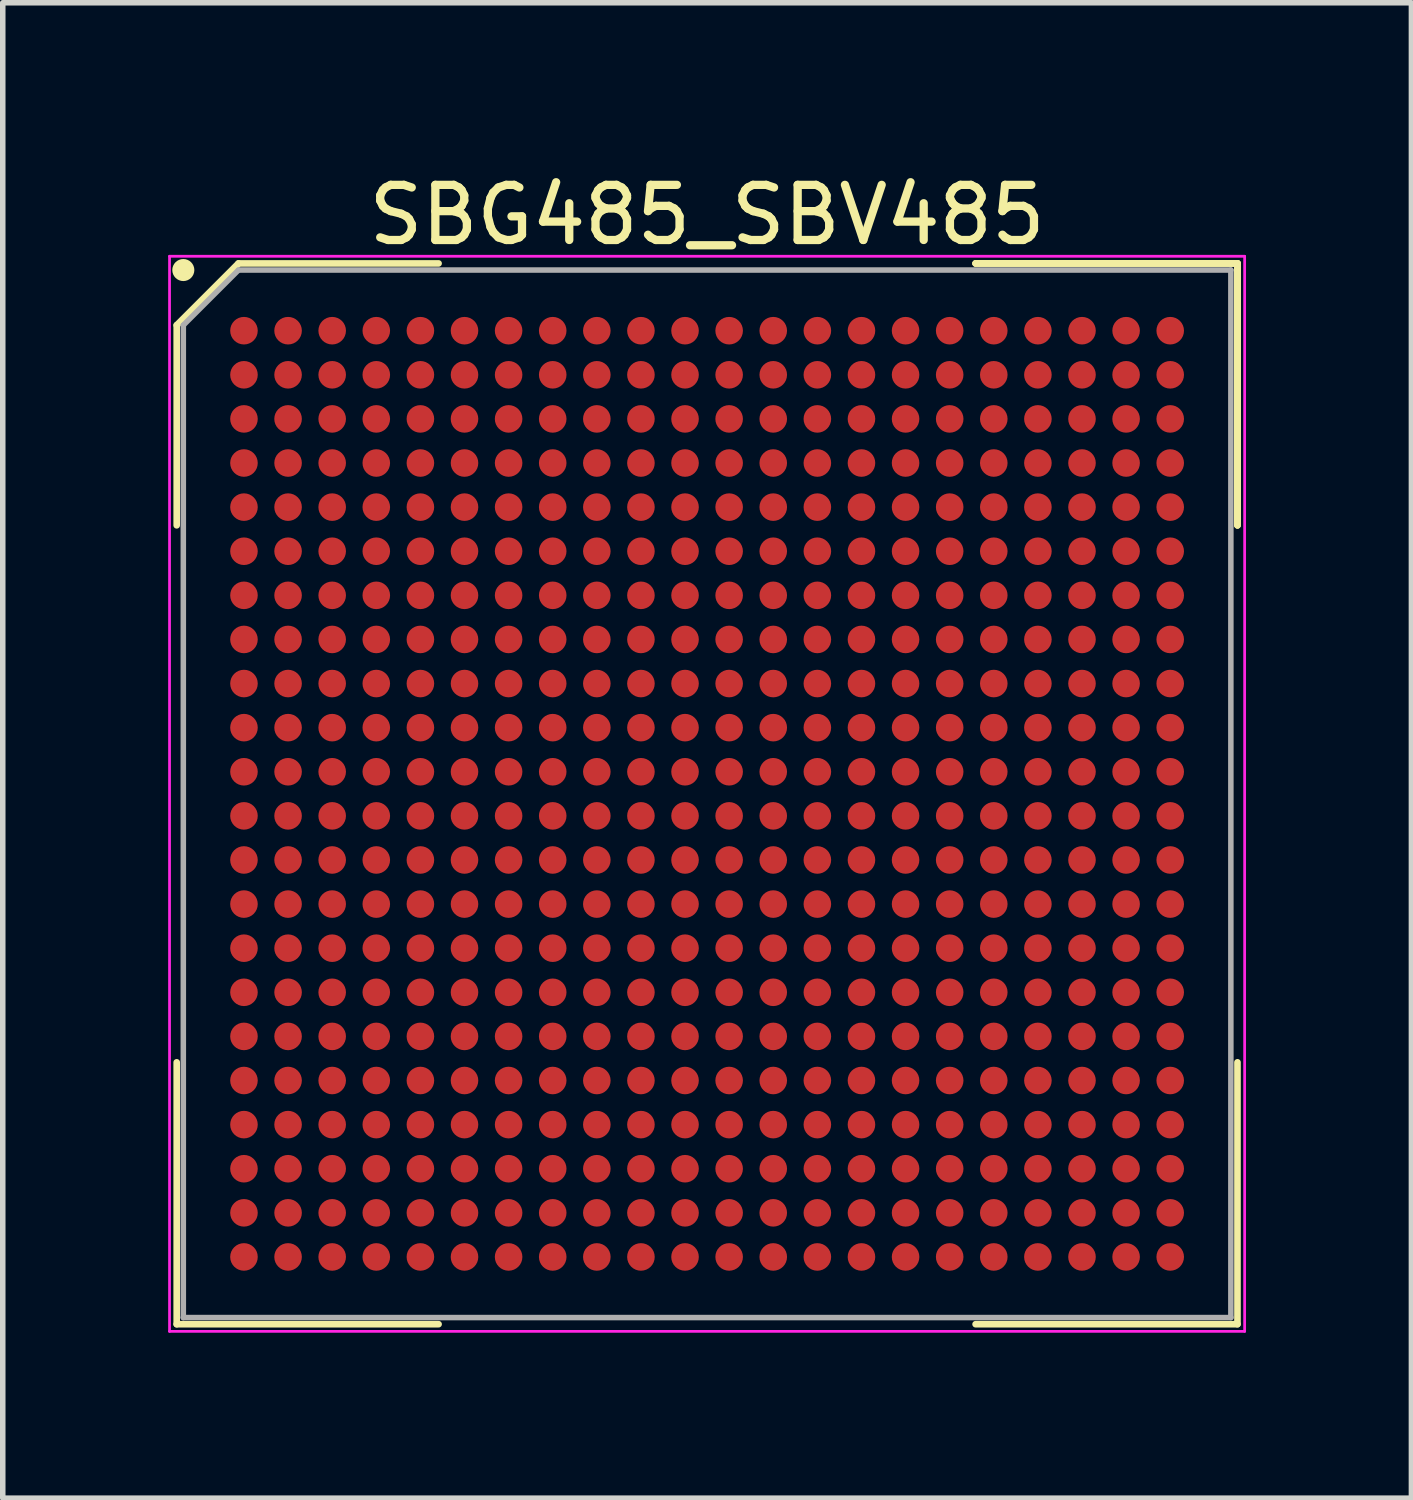
<source format=kicad_pcb>
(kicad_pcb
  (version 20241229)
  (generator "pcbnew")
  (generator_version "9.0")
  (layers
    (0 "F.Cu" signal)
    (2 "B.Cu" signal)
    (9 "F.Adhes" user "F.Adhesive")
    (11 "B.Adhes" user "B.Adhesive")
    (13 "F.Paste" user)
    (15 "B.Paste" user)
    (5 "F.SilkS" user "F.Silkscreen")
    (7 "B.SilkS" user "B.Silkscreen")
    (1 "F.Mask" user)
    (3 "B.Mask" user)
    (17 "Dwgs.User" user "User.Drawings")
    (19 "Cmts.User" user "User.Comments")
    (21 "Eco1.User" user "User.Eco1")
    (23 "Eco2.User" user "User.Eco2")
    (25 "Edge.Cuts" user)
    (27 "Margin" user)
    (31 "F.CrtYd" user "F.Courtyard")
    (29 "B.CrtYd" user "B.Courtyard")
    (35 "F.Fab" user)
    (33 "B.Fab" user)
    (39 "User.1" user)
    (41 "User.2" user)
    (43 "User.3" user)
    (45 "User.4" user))
  (footprint "SBG485_SBV485"
    (layer "F.Cu")
    (at 9.775 11.348)
    (property "Reference" "SBG485_SBV485" (at 0 -10.5 0) (layer "F.SilkS") (effects (font (size 1 1) (thickness 0.15))))
    (attr smd)
    (fp_line (start -9.62 -8.5) (end -9.62 -4.87) (stroke (width 0.12) (type solid)) (layer "F.SilkS"))
    (fp_line (start -9.62 9.62) (end -9.62 4.87) (stroke (width 0.12) (type solid)) (layer "F.SilkS"))
    (fp_line (start -8.5 -9.62) (end -9.62 -8.5) (stroke (width 0.12) (type solid)) (layer "F.SilkS"))
    (fp_line (start -4.87 -9.62) (end -8.5 -9.62) (stroke (width 0.12) (type solid)) (layer "F.SilkS"))
    (fp_line (start -4.87 9.62) (end -9.62 9.62) (stroke (width 0.12) (type solid)) (layer "F.SilkS"))
    (fp_line (start 4.87 -9.62) (end 9.62 -9.62) (stroke (width 0.12) (type solid)) (layer "F.SilkS"))
    (fp_line (start 4.87 -9.62) (end 9.62 -9.62) (stroke (width 0.12) (type solid)) (layer "F.SilkS"))
    (fp_line (start 4.87 -9.62) (end 9.62 -9.62) (stroke (width 0.12) (type solid)) (layer "F.SilkS"))
    (fp_line (start 4.87 9.62) (end 9.62 9.62) (stroke (width 0.12) (type solid)) (layer "F.SilkS"))
    (fp_line (start 9.62 -9.62) (end 9.62 -4.87) (stroke (width 0.12) (type solid)) (layer "F.SilkS"))
    (fp_line (start 9.62 -9.62) (end 9.62 -4.87) (stroke (width 0.12) (type solid)) (layer "F.SilkS"))
    (fp_line (start 9.62 -9.62) (end 9.62 -4.87) (stroke (width 0.12) (type solid)) (layer "F.SilkS"))
    (fp_line (start 9.62 9.62) (end 9.62 4.87) (stroke (width 0.12) (type solid)) (layer "F.SilkS"))
    (fp_circle (center -9.5 -9.5) (end -9.5 -9.4) (stroke (width 0.2) (type solid)) (fill no) (layer "F.SilkS"))
    (fp_line (start -9.75 -9.75) (end 9.75 -9.75) (stroke (width 0.05) (type solid)) (layer "F.CrtYd"))
    (fp_line (start -9.75 9.75) (end -9.75 -9.75) (stroke (width 0.05) (type solid)) (layer "F.CrtYd"))
    (fp_line (start 9.75 -9.75) (end 9.75 9.75) (stroke (width 0.05) (type solid)) (layer "F.CrtYd"))
    (fp_line (start 9.75 9.75) (end -9.75 9.75) (stroke (width 0.05) (type solid)) (layer "F.CrtYd"))
    (fp_line (start -9.5 -8.5) (end -9.5 9.5) (stroke (width 0.1) (type solid)) (layer "F.Fab"))
    (fp_line (start -9.5 9.5) (end 9.5 9.5) (stroke (width 0.1) (type solid)) (layer "F.Fab"))
    (fp_line (start -8.5 -9.5) (end -9.5 -8.5) (stroke (width 0.1) (type solid)) (layer "F.Fab"))
    (fp_line (start 9.5 -9.5) (end -8.5 -9.5) (stroke (width 0.1) (type solid)) (layer "F.Fab"))
    (fp_line (start 9.5 9.5) (end 9.5 -9.5) (stroke (width 0.1) (type solid)) (layer "F.Fab"))
    (pad "A1" smd circle (at -8.4 -8.4) (size 0.5 0.5) (layers "F.Cu" "F.Mask" "F.Paste"))
    (pad "A2" smd circle (at -7.6 -8.4) (size 0.5 0.5) (layers "F.Cu" "F.Mask" "F.Paste"))
    (pad "A3" smd circle (at -6.8 -8.4) (size 0.5 0.5) (layers "F.Cu" "F.Mask" "F.Paste"))
    (pad "A4" smd circle (at -6 -8.4) (size 0.5 0.5) (layers "F.Cu" "F.Mask" "F.Paste"))
    (pad "A5" smd circle (at -5.2 -8.4) (size 0.5 0.5) (layers "F.Cu" "F.Mask" "F.Paste"))
    (pad "A6" smd circle (at -4.4 -8.4) (size 0.5 0.5) (layers "F.Cu" "F.Mask" "F.Paste"))
    (pad "A7" smd circle (at -3.6 -8.4) (size 0.5 0.5) (layers "F.Cu" "F.Mask" "F.Paste"))
    (pad "A8" smd circle (at -2.8 -8.4) (size 0.5 0.5) (layers "F.Cu" "F.Mask" "F.Paste"))
    (pad "A9" smd circle (at -2 -8.4) (size 0.5 0.5) (layers "F.Cu" "F.Mask" "F.Paste"))
    (pad "A10" smd circle (at -1.2 -8.4) (size 0.5 0.5) (layers "F.Cu" "F.Mask" "F.Paste"))
    (pad "A11" smd circle (at -0.4 -8.4) (size 0.5 0.5) (layers "F.Cu" "F.Mask" "F.Paste"))
    (pad "A12" smd circle (at 0.4 -8.4) (size 0.5 0.5) (layers "F.Cu" "F.Mask" "F.Paste"))
    (pad "A13" smd circle (at 1.2 -8.4) (size 0.5 0.5) (layers "F.Cu" "F.Mask" "F.Paste"))
    (pad "A14" smd circle (at 2 -8.4) (size 0.5 0.5) (layers "F.Cu" "F.Mask" "F.Paste"))
    (pad "A15" smd circle (at 2.8 -8.4) (size 0.5 0.5) (layers "F.Cu" "F.Mask" "F.Paste"))
    (pad "A16" smd circle (at 3.6 -8.4) (size 0.5 0.5) (layers "F.Cu" "F.Mask" "F.Paste"))
    (pad "A17" smd circle (at 4.4 -8.4) (size 0.5 0.5) (layers "F.Cu" "F.Mask" "F.Paste"))
    (pad "A18" smd circle (at 5.2 -8.4) (size 0.5 0.5) (layers "F.Cu" "F.Mask" "F.Paste"))
    (pad "A19" smd circle (at 6 -8.4) (size 0.5 0.5) (layers "F.Cu" "F.Mask" "F.Paste"))
    (pad "A20" smd circle (at 6.8 -8.4) (size 0.5 0.5) (layers "F.Cu" "F.Mask" "F.Paste"))
    (pad "A21" smd circle (at 7.6 -8.4) (size 0.5 0.5) (layers "F.Cu" "F.Mask" "F.Paste"))
    (pad "A22" smd circle (at 8.4 -8.4) (size 0.5 0.5) (layers "F.Cu" "F.Mask" "F.Paste"))
    (pad "AA1" smd circle (at -8.4 7.6) (size 0.5 0.5) (layers "F.Cu" "F.Mask" "F.Paste"))
    (pad "AA2" smd circle (at -7.6 7.6) (size 0.5 0.5) (layers "F.Cu" "F.Mask" "F.Paste"))
    (pad "AA3" smd circle (at -6.8 7.6) (size 0.5 0.5) (layers "F.Cu" "F.Mask" "F.Paste"))
    (pad "AA4" smd circle (at -6 7.6) (size 0.5 0.5) (layers "F.Cu" "F.Mask" "F.Paste"))
    (pad "AA5" smd circle (at -5.2 7.6) (size 0.5 0.5) (layers "F.Cu" "F.Mask" "F.Paste"))
    (pad "AA6" smd circle (at -4.4 7.6) (size 0.5 0.5) (layers "F.Cu" "F.Mask" "F.Paste"))
    (pad "AA7" smd circle (at -3.6 7.6) (size 0.5 0.5) (layers "F.Cu" "F.Mask" "F.Paste"))
    (pad "AA8" smd circle (at -2.8 7.6) (size 0.5 0.5) (layers "F.Cu" "F.Mask" "F.Paste"))
    (pad "AA9" smd circle (at -2 7.6) (size 0.5 0.5) (layers "F.Cu" "F.Mask" "F.Paste"))
    (pad "AA10" smd circle (at -1.2 7.6) (size 0.5 0.5) (layers "F.Cu" "F.Mask" "F.Paste"))
    (pad "AA11" smd circle (at -0.4 7.6) (size 0.5 0.5) (layers "F.Cu" "F.Mask" "F.Paste"))
    (pad "AA12" smd circle (at 0.4 7.6) (size 0.5 0.5) (layers "F.Cu" "F.Mask" "F.Paste"))
    (pad "AA13" smd circle (at 1.2 7.6) (size 0.5 0.5) (layers "F.Cu" "F.Mask" "F.Paste"))
    (pad "AA14" smd circle (at 2 7.6) (size 0.5 0.5) (layers "F.Cu" "F.Mask" "F.Paste"))
    (pad "AA15" smd circle (at 2.8 7.6) (size 0.5 0.5) (layers "F.Cu" "F.Mask" "F.Paste"))
    (pad "AA16" smd circle (at 3.6 7.6) (size 0.5 0.5) (layers "F.Cu" "F.Mask" "F.Paste"))
    (pad "AA17" smd circle (at 4.4 7.6) (size 0.5 0.5) (layers "F.Cu" "F.Mask" "F.Paste"))
    (pad "AA18" smd circle (at 5.2 7.6) (size 0.5 0.5) (layers "F.Cu" "F.Mask" "F.Paste"))
    (pad "AA19" smd circle (at 6 7.6) (size 0.5 0.5) (layers "F.Cu" "F.Mask" "F.Paste"))
    (pad "AA20" smd circle (at 6.8 7.6) (size 0.5 0.5) (layers "F.Cu" "F.Mask" "F.Paste"))
    (pad "AA21" smd circle (at 7.6 7.6) (size 0.5 0.5) (layers "F.Cu" "F.Mask" "F.Paste"))
    (pad "AA22" smd circle (at 8.4 7.6) (size 0.5 0.5) (layers "F.Cu" "F.Mask" "F.Paste"))
    (pad "AB1" smd circle (at -8.4 8.4) (size 0.5 0.5) (layers "F.Cu" "F.Mask" "F.Paste"))
    (pad "AB2" smd circle (at -7.6 8.4) (size 0.5 0.5) (layers "F.Cu" "F.Mask" "F.Paste"))
    (pad "AB3" smd circle (at -6.8 8.4) (size 0.5 0.5) (layers "F.Cu" "F.Mask" "F.Paste"))
    (pad "AB4" smd circle (at -6 8.4) (size 0.5 0.5) (layers "F.Cu" "F.Mask" "F.Paste"))
    (pad "AB5" smd circle (at -5.2 8.4) (size 0.5 0.5) (layers "F.Cu" "F.Mask" "F.Paste"))
    (pad "AB6" smd circle (at -4.4 8.4) (size 0.5 0.5) (layers "F.Cu" "F.Mask" "F.Paste"))
    (pad "AB7" smd circle (at -3.6 8.4) (size 0.5 0.5) (layers "F.Cu" "F.Mask" "F.Paste"))
    (pad "AB8" smd circle (at -2.8 8.4) (size 0.5 0.5) (layers "F.Cu" "F.Mask" "F.Paste"))
    (pad "AB9" smd circle (at -2 8.4) (size 0.5 0.5) (layers "F.Cu" "F.Mask" "F.Paste"))
    (pad "AB10" smd circle (at -1.2 8.4) (size 0.5 0.5) (layers "F.Cu" "F.Mask" "F.Paste"))
    (pad "AB11" smd circle (at -0.4 8.4) (size 0.5 0.5) (layers "F.Cu" "F.Mask" "F.Paste"))
    (pad "AB12" smd circle (at 0.4 8.4) (size 0.5 0.5) (layers "F.Cu" "F.Mask" "F.Paste"))
    (pad "AB13" smd circle (at 1.2 8.4) (size 0.5 0.5) (layers "F.Cu" "F.Mask" "F.Paste"))
    (pad "AB14" smd circle (at 2 8.4) (size 0.5 0.5) (layers "F.Cu" "F.Mask" "F.Paste"))
    (pad "AB15" smd circle (at 2.8 8.4) (size 0.5 0.5) (layers "F.Cu" "F.Mask" "F.Paste"))
    (pad "AB16" smd circle (at 3.6 8.4) (size 0.5 0.5) (layers "F.Cu" "F.Mask" "F.Paste"))
    (pad "AB17" smd circle (at 4.4 8.4) (size 0.5 0.5) (layers "F.Cu" "F.Mask" "F.Paste"))
    (pad "AB18" smd circle (at 5.2 8.4) (size 0.5 0.5) (layers "F.Cu" "F.Mask" "F.Paste"))
    (pad "AB19" smd circle (at 6 8.4) (size 0.5 0.5) (layers "F.Cu" "F.Mask" "F.Paste"))
    (pad "AB20" smd circle (at 6.8 8.4) (size 0.5 0.5) (layers "F.Cu" "F.Mask" "F.Paste"))
    (pad "AB21" smd circle (at 7.6 8.4) (size 0.5 0.5) (layers "F.Cu" "F.Mask" "F.Paste"))
    (pad "AB22" smd circle (at 8.4 8.4) (size 0.5 0.5) (layers "F.Cu" "F.Mask" "F.Paste"))
    (pad "B1" smd circle (at -8.4 -7.6) (size 0.5 0.5) (layers "F.Cu" "F.Mask" "F.Paste"))
    (pad "B2" smd circle (at -7.6 -7.6) (size 0.5 0.5) (layers "F.Cu" "F.Mask" "F.Paste"))
    (pad "B3" smd circle (at -6.8 -7.6) (size 0.5 0.5) (layers "F.Cu" "F.Mask" "F.Paste"))
    (pad "B4" smd circle (at -6 -7.6) (size 0.5 0.5) (layers "F.Cu" "F.Mask" "F.Paste"))
    (pad "B5" smd circle (at -5.2 -7.6) (size 0.5 0.5) (layers "F.Cu" "F.Mask" "F.Paste"))
    (pad "B6" smd circle (at -4.4 -7.6) (size 0.5 0.5) (layers "F.Cu" "F.Mask" "F.Paste"))
    (pad "B7" smd circle (at -3.6 -7.6) (size 0.5 0.5) (layers "F.Cu" "F.Mask" "F.Paste"))
    (pad "B8" smd circle (at -2.8 -7.6) (size 0.5 0.5) (layers "F.Cu" "F.Mask" "F.Paste"))
    (pad "B9" smd circle (at -2 -7.6) (size 0.5 0.5) (layers "F.Cu" "F.Mask" "F.Paste"))
    (pad "B10" smd circle (at -1.2 -7.6) (size 0.5 0.5) (layers "F.Cu" "F.Mask" "F.Paste"))
    (pad "B11" smd circle (at -0.4 -7.6) (size 0.5 0.5) (layers "F.Cu" "F.Mask" "F.Paste"))
    (pad "B12" smd circle (at 0.4 -7.6) (size 0.5 0.5) (layers "F.Cu" "F.Mask" "F.Paste"))
    (pad "B13" smd circle (at 1.2 -7.6) (size 0.5 0.5) (layers "F.Cu" "F.Mask" "F.Paste"))
    (pad "B14" smd circle (at 2 -7.6) (size 0.5 0.5) (layers "F.Cu" "F.Mask" "F.Paste"))
    (pad "B15" smd circle (at 2.8 -7.6) (size 0.5 0.5) (layers "F.Cu" "F.Mask" "F.Paste"))
    (pad "B16" smd circle (at 3.6 -7.6) (size 0.5 0.5) (layers "F.Cu" "F.Mask" "F.Paste"))
    (pad "B17" smd circle (at 4.4 -7.6) (size 0.5 0.5) (layers "F.Cu" "F.Mask" "F.Paste"))
    (pad "B18" smd circle (at 5.2 -7.6) (size 0.5 0.5) (layers "F.Cu" "F.Mask" "F.Paste"))
    (pad "B19" smd circle (at 6 -7.6) (size 0.5 0.5) (layers "F.Cu" "F.Mask" "F.Paste"))
    (pad "B20" smd circle (at 6.8 -7.6) (size 0.5 0.5) (layers "F.Cu" "F.Mask" "F.Paste"))
    (pad "B21" smd circle (at 7.6 -7.6) (size 0.5 0.5) (layers "F.Cu" "F.Mask" "F.Paste"))
    (pad "B22" smd circle (at 8.4 -7.6) (size 0.5 0.5) (layers "F.Cu" "F.Mask" "F.Paste"))
    (pad "C1" smd circle (at -8.4 -6.8) (size 0.5 0.5) (layers "F.Cu" "F.Mask" "F.Paste"))
    (pad "C2" smd circle (at -7.6 -6.8) (size 0.5 0.5) (layers "F.Cu" "F.Mask" "F.Paste"))
    (pad "C3" smd circle (at -6.8 -6.8) (size 0.5 0.5) (layers "F.Cu" "F.Mask" "F.Paste"))
    (pad "C4" smd circle (at -6 -6.8) (size 0.5 0.5) (layers "F.Cu" "F.Mask" "F.Paste"))
    (pad "C5" smd circle (at -5.2 -6.8) (size 0.5 0.5) (layers "F.Cu" "F.Mask" "F.Paste"))
    (pad "C6" smd circle (at -4.4 -6.8) (size 0.5 0.5) (layers "F.Cu" "F.Mask" "F.Paste"))
    (pad "C7" smd circle (at -3.6 -6.8) (size 0.5 0.5) (layers "F.Cu" "F.Mask" "F.Paste"))
    (pad "C8" smd circle (at -2.8 -6.8) (size 0.5 0.5) (layers "F.Cu" "F.Mask" "F.Paste"))
    (pad "C9" smd circle (at -2 -6.8) (size 0.5 0.5) (layers "F.Cu" "F.Mask" "F.Paste"))
    (pad "C10" smd circle (at -1.2 -6.8) (size 0.5 0.5) (layers "F.Cu" "F.Mask" "F.Paste"))
    (pad "C11" smd circle (at -0.4 -6.8) (size 0.5 0.5) (layers "F.Cu" "F.Mask" "F.Paste"))
    (pad "C12" smd circle (at 0.4 -6.8) (size 0.5 0.5) (layers "F.Cu" "F.Mask" "F.Paste"))
    (pad "C13" smd circle (at 1.2 -6.8) (size 0.5 0.5) (layers "F.Cu" "F.Mask" "F.Paste"))
    (pad "C14" smd circle (at 2 -6.8) (size 0.5 0.5) (layers "F.Cu" "F.Mask" "F.Paste"))
    (pad "C15" smd circle (at 2.8 -6.8) (size 0.5 0.5) (layers "F.Cu" "F.Mask" "F.Paste"))
    (pad "C16" smd circle (at 3.6 -6.8) (size 0.5 0.5) (layers "F.Cu" "F.Mask" "F.Paste"))
    (pad "C17" smd circle (at 4.4 -6.8) (size 0.5 0.5) (layers "F.Cu" "F.Mask" "F.Paste"))
    (pad "C18" smd circle (at 5.2 -6.8) (size 0.5 0.5) (layers "F.Cu" "F.Mask" "F.Paste"))
    (pad "C19" smd circle (at 6 -6.8) (size 0.5 0.5) (layers "F.Cu" "F.Mask" "F.Paste"))
    (pad "C20" smd circle (at 6.8 -6.8) (size 0.5 0.5) (layers "F.Cu" "F.Mask" "F.Paste"))
    (pad "C21" smd circle (at 7.6 -6.8) (size 0.5 0.5) (layers "F.Cu" "F.Mask" "F.Paste"))
    (pad "C22" smd circle (at 8.4 -6.8) (size 0.5 0.5) (layers "F.Cu" "F.Mask" "F.Paste"))
    (pad "D1" smd circle (at -8.4 -6) (size 0.5 0.5) (layers "F.Cu" "F.Mask" "F.Paste"))
    (pad "D2" smd circle (at -7.6 -6) (size 0.5 0.5) (layers "F.Cu" "F.Mask" "F.Paste"))
    (pad "D3" smd circle (at -6.8 -6) (size 0.5 0.5) (layers "F.Cu" "F.Mask" "F.Paste"))
    (pad "D4" smd circle (at -6 -6) (size 0.5 0.5) (layers "F.Cu" "F.Mask" "F.Paste"))
    (pad "D5" smd circle (at -5.2 -6) (size 0.5 0.5) (layers "F.Cu" "F.Mask" "F.Paste"))
    (pad "D6" smd circle (at -4.4 -6) (size 0.5 0.5) (layers "F.Cu" "F.Mask" "F.Paste"))
    (pad "D7" smd circle (at -3.6 -6) (size 0.5 0.5) (layers "F.Cu" "F.Mask" "F.Paste"))
    (pad "D8" smd circle (at -2.8 -6) (size 0.5 0.5) (layers "F.Cu" "F.Mask" "F.Paste"))
    (pad "D9" smd circle (at -2 -6) (size 0.5 0.5) (layers "F.Cu" "F.Mask" "F.Paste"))
    (pad "D10" smd circle (at -1.2 -6) (size 0.5 0.5) (layers "F.Cu" "F.Mask" "F.Paste"))
    (pad "D11" smd circle (at -0.4 -6) (size 0.5 0.5) (layers "F.Cu" "F.Mask" "F.Paste"))
    (pad "D12" smd circle (at 0.4 -6) (size 0.5 0.5) (layers "F.Cu" "F.Mask" "F.Paste"))
    (pad "D13" smd circle (at 1.2 -6) (size 0.5 0.5) (layers "F.Cu" "F.Mask" "F.Paste"))
    (pad "D14" smd circle (at 2 -6) (size 0.5 0.5) (layers "F.Cu" "F.Mask" "F.Paste"))
    (pad "D15" smd circle (at 2.8 -6) (size 0.5 0.5) (layers "F.Cu" "F.Mask" "F.Paste"))
    (pad "D16" smd circle (at 3.6 -6) (size 0.5 0.5) (layers "F.Cu" "F.Mask" "F.Paste"))
    (pad "D17" smd circle (at 4.4 -6) (size 0.5 0.5) (layers "F.Cu" "F.Mask" "F.Paste"))
    (pad "D18" smd circle (at 5.2 -6) (size 0.5 0.5) (layers "F.Cu" "F.Mask" "F.Paste"))
    (pad "D19" smd circle (at 6 -6) (size 0.5 0.5) (layers "F.Cu" "F.Mask" "F.Paste"))
    (pad "D20" smd circle (at 6.8 -6) (size 0.5 0.5) (layers "F.Cu" "F.Mask" "F.Paste"))
    (pad "D21" smd circle (at 7.6 -6) (size 0.5 0.5) (layers "F.Cu" "F.Mask" "F.Paste"))
    (pad "D22" smd circle (at 8.4 -6) (size 0.5 0.5) (layers "F.Cu" "F.Mask" "F.Paste"))
    (pad "E1" smd circle (at -8.4 -5.2) (size 0.5 0.5) (layers "F.Cu" "F.Mask" "F.Paste"))
    (pad "E2" smd circle (at -7.6 -5.2) (size 0.5 0.5) (layers "F.Cu" "F.Mask" "F.Paste"))
    (pad "E3" smd circle (at -6.8 -5.2) (size 0.5 0.5) (layers "F.Cu" "F.Mask" "F.Paste"))
    (pad "E4" smd circle (at -6 -5.2) (size 0.5 0.5) (layers "F.Cu" "F.Mask" "F.Paste"))
    (pad "E5" smd circle (at -5.2 -5.2) (size 0.5 0.5) (layers "F.Cu" "F.Mask" "F.Paste"))
    (pad "E6" smd circle (at -4.4 -5.2) (size 0.5 0.5) (layers "F.Cu" "F.Mask" "F.Paste"))
    (pad "E7" smd circle (at -3.6 -5.2) (size 0.5 0.5) (layers "F.Cu" "F.Mask" "F.Paste"))
    (pad "E8" smd circle (at -2.8 -5.2) (size 0.5 0.5) (layers "F.Cu" "F.Mask" "F.Paste"))
    (pad "E9" smd circle (at -2 -5.2) (size 0.5 0.5) (layers "F.Cu" "F.Mask" "F.Paste"))
    (pad "E10" smd circle (at -1.2 -5.2) (size 0.5 0.5) (layers "F.Cu" "F.Mask" "F.Paste"))
    (pad "E11" smd circle (at -0.4 -5.2) (size 0.5 0.5) (layers "F.Cu" "F.Mask" "F.Paste"))
    (pad "E12" smd circle (at 0.4 -5.2) (size 0.5 0.5) (layers "F.Cu" "F.Mask" "F.Paste"))
    (pad "E13" smd circle (at 1.2 -5.2) (size 0.5 0.5) (layers "F.Cu" "F.Mask" "F.Paste"))
    (pad "E14" smd circle (at 2 -5.2) (size 0.5 0.5) (layers "F.Cu" "F.Mask" "F.Paste"))
    (pad "E15" smd circle (at 2.8 -5.2) (size 0.5 0.5) (layers "F.Cu" "F.Mask" "F.Paste"))
    (pad "E16" smd circle (at 3.6 -5.2) (size 0.5 0.5) (layers "F.Cu" "F.Mask" "F.Paste"))
    (pad "E17" smd circle (at 4.4 -5.2) (size 0.5 0.5) (layers "F.Cu" "F.Mask" "F.Paste"))
    (pad "E18" smd circle (at 5.2 -5.2) (size 0.5 0.5) (layers "F.Cu" "F.Mask" "F.Paste"))
    (pad "E19" smd circle (at 6 -5.2) (size 0.5 0.5) (layers "F.Cu" "F.Mask" "F.Paste"))
    (pad "E20" smd circle (at 6.8 -5.2) (size 0.5 0.5) (layers "F.Cu" "F.Mask" "F.Paste"))
    (pad "E21" smd circle (at 7.6 -5.2) (size 0.5 0.5) (layers "F.Cu" "F.Mask" "F.Paste"))
    (pad "E22" smd circle (at 8.4 -5.2) (size 0.5 0.5) (layers "F.Cu" "F.Mask" "F.Paste"))
    (pad "F1" smd circle (at -8.4 -4.4) (size 0.5 0.5) (layers "F.Cu" "F.Mask" "F.Paste"))
    (pad "F2" smd circle (at -7.6 -4.4) (size 0.5 0.5) (layers "F.Cu" "F.Mask" "F.Paste"))
    (pad "F3" smd circle (at -6.8 -4.4) (size 0.5 0.5) (layers "F.Cu" "F.Mask" "F.Paste"))
    (pad "F4" smd circle (at -6 -4.4) (size 0.5 0.5) (layers "F.Cu" "F.Mask" "F.Paste"))
    (pad "F5" smd circle (at -5.2 -4.4) (size 0.5 0.5) (layers "F.Cu" "F.Mask" "F.Paste"))
    (pad "F6" smd circle (at -4.4 -4.4) (size 0.5 0.5) (layers "F.Cu" "F.Mask" "F.Paste"))
    (pad "F7" smd circle (at -3.6 -4.4) (size 0.5 0.5) (layers "F.Cu" "F.Mask" "F.Paste"))
    (pad "F8" smd circle (at -2.8 -4.4) (size 0.5 0.5) (layers "F.Cu" "F.Mask" "F.Paste"))
    (pad "F9" smd circle (at -2 -4.4) (size 0.5 0.5) (layers "F.Cu" "F.Mask" "F.Paste"))
    (pad "F10" smd circle (at -1.2 -4.4) (size 0.5 0.5) (layers "F.Cu" "F.Mask" "F.Paste"))
    (pad "F11" smd circle (at -0.4 -4.4) (size 0.5 0.5) (layers "F.Cu" "F.Mask" "F.Paste"))
    (pad "F12" smd circle (at 0.4 -4.4) (size 0.5 0.5) (layers "F.Cu" "F.Mask" "F.Paste"))
    (pad "F13" smd circle (at 1.2 -4.4) (size 0.5 0.5) (layers "F.Cu" "F.Mask" "F.Paste"))
    (pad "F14" smd circle (at 2 -4.4) (size 0.5 0.5) (layers "F.Cu" "F.Mask" "F.Paste"))
    (pad "F15" smd circle (at 2.8 -4.4) (size 0.5 0.5) (layers "F.Cu" "F.Mask" "F.Paste"))
    (pad "F16" smd circle (at 3.6 -4.4) (size 0.5 0.5) (layers "F.Cu" "F.Mask" "F.Paste"))
    (pad "F17" smd circle (at 4.4 -4.4) (size 0.5 0.5) (layers "F.Cu" "F.Mask" "F.Paste"))
    (pad "F18" smd circle (at 5.2 -4.4) (size 0.5 0.5) (layers "F.Cu" "F.Mask" "F.Paste"))
    (pad "F19" smd circle (at 6 -4.4) (size 0.5 0.5) (layers "F.Cu" "F.Mask" "F.Paste"))
    (pad "F20" smd circle (at 6.8 -4.4) (size 0.5 0.5) (layers "F.Cu" "F.Mask" "F.Paste"))
    (pad "F21" smd circle (at 7.6 -4.4) (size 0.5 0.5) (layers "F.Cu" "F.Mask" "F.Paste"))
    (pad "F22" smd circle (at 8.4 -4.4) (size 0.5 0.5) (layers "F.Cu" "F.Mask" "F.Paste"))
    (pad "G1" smd circle (at -8.4 -3.6) (size 0.5 0.5) (layers "F.Cu" "F.Mask" "F.Paste"))
    (pad "G2" smd circle (at -7.6 -3.6) (size 0.5 0.5) (layers "F.Cu" "F.Mask" "F.Paste"))
    (pad "G3" smd circle (at -6.8 -3.6) (size 0.5 0.5) (layers "F.Cu" "F.Mask" "F.Paste"))
    (pad "G4" smd circle (at -6 -3.6) (size 0.5 0.5) (layers "F.Cu" "F.Mask" "F.Paste"))
    (pad "G5" smd circle (at -5.2 -3.6) (size 0.5 0.5) (layers "F.Cu" "F.Mask" "F.Paste"))
    (pad "G6" smd circle (at -4.4 -3.6) (size 0.5 0.5) (layers "F.Cu" "F.Mask" "F.Paste"))
    (pad "G7" smd circle (at -3.6 -3.6) (size 0.5 0.5) (layers "F.Cu" "F.Mask" "F.Paste"))
    (pad "G8" smd circle (at -2.8 -3.6) (size 0.5 0.5) (layers "F.Cu" "F.Mask" "F.Paste"))
    (pad "G9" smd circle (at -2 -3.6) (size 0.5 0.5) (layers "F.Cu" "F.Mask" "F.Paste"))
    (pad "G10" smd circle (at -1.2 -3.6) (size 0.5 0.5) (layers "F.Cu" "F.Mask" "F.Paste"))
    (pad "G11" smd circle (at -0.4 -3.6) (size 0.5 0.5) (layers "F.Cu" "F.Mask" "F.Paste"))
    (pad "G12" smd circle (at 0.4 -3.6) (size 0.5 0.5) (layers "F.Cu" "F.Mask" "F.Paste"))
    (pad "G13" smd circle (at 1.2 -3.6) (size 0.5 0.5) (layers "F.Cu" "F.Mask" "F.Paste"))
    (pad "G14" smd circle (at 2 -3.6) (size 0.5 0.5) (layers "F.Cu" "F.Mask" "F.Paste"))
    (pad "G15" smd circle (at 2.8 -3.6) (size 0.5 0.5) (layers "F.Cu" "F.Mask" "F.Paste"))
    (pad "G16" smd circle (at 3.6 -3.6) (size 0.5 0.5) (layers "F.Cu" "F.Mask" "F.Paste"))
    (pad "G17" smd circle (at 4.4 -3.6) (size 0.5 0.5) (layers "F.Cu" "F.Mask" "F.Paste"))
    (pad "G18" smd circle (at 5.2 -3.6) (size 0.5 0.5) (layers "F.Cu" "F.Mask" "F.Paste"))
    (pad "G19" smd circle (at 6 -3.6) (size 0.5 0.5) (layers "F.Cu" "F.Mask" "F.Paste"))
    (pad "G20" smd circle (at 6.8 -3.6) (size 0.5 0.5) (layers "F.Cu" "F.Mask" "F.Paste"))
    (pad "G21" smd circle (at 7.6 -3.6) (size 0.5 0.5) (layers "F.Cu" "F.Mask" "F.Paste"))
    (pad "G22" smd circle (at 8.4 -3.6) (size 0.5 0.5) (layers "F.Cu" "F.Mask" "F.Paste"))
    (pad "H1" smd circle (at -8.4 -2.8) (size 0.5 0.5) (layers "F.Cu" "F.Mask" "F.Paste"))
    (pad "H2" smd circle (at -7.6 -2.8) (size 0.5 0.5) (layers "F.Cu" "F.Mask" "F.Paste"))
    (pad "H3" smd circle (at -6.8 -2.8) (size 0.5 0.5) (layers "F.Cu" "F.Mask" "F.Paste"))
    (pad "H4" smd circle (at -6 -2.8) (size 0.5 0.5) (layers "F.Cu" "F.Mask" "F.Paste"))
    (pad "H5" smd circle (at -5.2 -2.8) (size 0.5 0.5) (layers "F.Cu" "F.Mask" "F.Paste"))
    (pad "H6" smd circle (at -4.4 -2.8) (size 0.5 0.5) (layers "F.Cu" "F.Mask" "F.Paste"))
    (pad "H7" smd circle (at -3.6 -2.8) (size 0.5 0.5) (layers "F.Cu" "F.Mask" "F.Paste"))
    (pad "H8" smd circle (at -2.8 -2.8) (size 0.5 0.5) (layers "F.Cu" "F.Mask" "F.Paste"))
    (pad "H9" smd circle (at -2 -2.8) (size 0.5 0.5) (layers "F.Cu" "F.Mask" "F.Paste"))
    (pad "H10" smd circle (at -1.2 -2.8) (size 0.5 0.5) (layers "F.Cu" "F.Mask" "F.Paste"))
    (pad "H11" smd circle (at -0.4 -2.8) (size 0.5 0.5) (layers "F.Cu" "F.Mask" "F.Paste"))
    (pad "H12" smd circle (at 0.4 -2.8) (size 0.5 0.5) (layers "F.Cu" "F.Mask" "F.Paste"))
    (pad "H13" smd circle (at 1.2 -2.8) (size 0.5 0.5) (layers "F.Cu" "F.Mask" "F.Paste"))
    (pad "H14" smd circle (at 2 -2.8) (size 0.5 0.5) (layers "F.Cu" "F.Mask" "F.Paste"))
    (pad "H15" smd circle (at 2.8 -2.8) (size 0.5 0.5) (layers "F.Cu" "F.Mask" "F.Paste"))
    (pad "H16" smd circle (at 3.6 -2.8) (size 0.5 0.5) (layers "F.Cu" "F.Mask" "F.Paste"))
    (pad "H17" smd circle (at 4.4 -2.8) (size 0.5 0.5) (layers "F.Cu" "F.Mask" "F.Paste"))
    (pad "H18" smd circle (at 5.2 -2.8) (size 0.5 0.5) (layers "F.Cu" "F.Mask" "F.Paste"))
    (pad "H19" smd circle (at 6 -2.8) (size 0.5 0.5) (layers "F.Cu" "F.Mask" "F.Paste"))
    (pad "H20" smd circle (at 6.8 -2.8) (size 0.5 0.5) (layers "F.Cu" "F.Mask" "F.Paste"))
    (pad "H21" smd circle (at 7.6 -2.8) (size 0.5 0.5) (layers "F.Cu" "F.Mask" "F.Paste"))
    (pad "H22" smd circle (at 8.4 -2.8) (size 0.5 0.5) (layers "F.Cu" "F.Mask" "F.Paste"))
    (pad "J1" smd circle (at -8.4 -2) (size 0.5 0.5) (layers "F.Cu" "F.Mask" "F.Paste"))
    (pad "J2" smd circle (at -7.6 -2) (size 0.5 0.5) (layers "F.Cu" "F.Mask" "F.Paste"))
    (pad "J3" smd circle (at -6.8 -2) (size 0.5 0.5) (layers "F.Cu" "F.Mask" "F.Paste"))
    (pad "J4" smd circle (at -6 -2) (size 0.5 0.5) (layers "F.Cu" "F.Mask" "F.Paste"))
    (pad "J5" smd circle (at -5.2 -2) (size 0.5 0.5) (layers "F.Cu" "F.Mask" "F.Paste"))
    (pad "J6" smd circle (at -4.4 -2) (size 0.5 0.5) (layers "F.Cu" "F.Mask" "F.Paste"))
    (pad "J7" smd circle (at -3.6 -2) (size 0.5 0.5) (layers "F.Cu" "F.Mask" "F.Paste"))
    (pad "J8" smd circle (at -2.8 -2) (size 0.5 0.5) (layers "F.Cu" "F.Mask" "F.Paste"))
    (pad "J9" smd circle (at -2 -2) (size 0.5 0.5) (layers "F.Cu" "F.Mask" "F.Paste"))
    (pad "J10" smd circle (at -1.2 -2) (size 0.5 0.5) (layers "F.Cu" "F.Mask" "F.Paste"))
    (pad "J11" smd circle (at -0.4 -2) (size 0.5 0.5) (layers "F.Cu" "F.Mask" "F.Paste"))
    (pad "J12" smd circle (at 0.4 -2) (size 0.5 0.5) (layers "F.Cu" "F.Mask" "F.Paste"))
    (pad "J13" smd circle (at 1.2 -2) (size 0.5 0.5) (layers "F.Cu" "F.Mask" "F.Paste"))
    (pad "J14" smd circle (at 2 -2) (size 0.5 0.5) (layers "F.Cu" "F.Mask" "F.Paste"))
    (pad "J15" smd circle (at 2.8 -2) (size 0.5 0.5) (layers "F.Cu" "F.Mask" "F.Paste"))
    (pad "J16" smd circle (at 3.6 -2) (size 0.5 0.5) (layers "F.Cu" "F.Mask" "F.Paste"))
    (pad "J17" smd circle (at 4.4 -2) (size 0.5 0.5) (layers "F.Cu" "F.Mask" "F.Paste"))
    (pad "J18" smd circle (at 5.2 -2) (size 0.5 0.5) (layers "F.Cu" "F.Mask" "F.Paste"))
    (pad "J19" smd circle (at 6 -2) (size 0.5 0.5) (layers "F.Cu" "F.Mask" "F.Paste"))
    (pad "J20" smd circle (at 6.8 -2) (size 0.5 0.5) (layers "F.Cu" "F.Mask" "F.Paste"))
    (pad "J21" smd circle (at 7.6 -2) (size 0.5 0.5) (layers "F.Cu" "F.Mask" "F.Paste"))
    (pad "J22" smd circle (at 8.4 -2) (size 0.5 0.5) (layers "F.Cu" "F.Mask" "F.Paste"))
    (pad "K1" smd circle (at -8.4 -1.2) (size 0.5 0.5) (layers "F.Cu" "F.Mask" "F.Paste"))
    (pad "K2" smd circle (at -7.6 -1.2) (size 0.5 0.5) (layers "F.Cu" "F.Mask" "F.Paste"))
    (pad "K3" smd circle (at -6.8 -1.2) (size 0.5 0.5) (layers "F.Cu" "F.Mask" "F.Paste"))
    (pad "K4" smd circle (at -6 -1.2) (size 0.5 0.5) (layers "F.Cu" "F.Mask" "F.Paste"))
    (pad "K5" smd circle (at -5.2 -1.2) (size 0.5 0.5) (layers "F.Cu" "F.Mask" "F.Paste"))
    (pad "K6" smd circle (at -4.4 -1.2) (size 0.5 0.5) (layers "F.Cu" "F.Mask" "F.Paste"))
    (pad "K7" smd circle (at -3.6 -1.2) (size 0.5 0.5) (layers "F.Cu" "F.Mask" "F.Paste"))
    (pad "K8" smd circle (at -2.8 -1.2) (size 0.5 0.5) (layers "F.Cu" "F.Mask" "F.Paste"))
    (pad "K9" smd circle (at -2 -1.2) (size 0.5 0.5) (layers "F.Cu" "F.Mask" "F.Paste"))
    (pad "K10" smd circle (at -1.2 -1.2) (size 0.5 0.5) (layers "F.Cu" "F.Mask" "F.Paste"))
    (pad "K11" smd circle (at -0.4 -1.2) (size 0.5 0.5) (layers "F.Cu" "F.Mask" "F.Paste"))
    (pad "K12" smd circle (at 0.4 -1.2) (size 0.5 0.5) (layers "F.Cu" "F.Mask" "F.Paste"))
    (pad "K13" smd circle (at 1.2 -1.2) (size 0.5 0.5) (layers "F.Cu" "F.Mask" "F.Paste"))
    (pad "K14" smd circle (at 2 -1.2) (size 0.5 0.5) (layers "F.Cu" "F.Mask" "F.Paste"))
    (pad "K15" smd circle (at 2.8 -1.2) (size 0.5 0.5) (layers "F.Cu" "F.Mask" "F.Paste"))
    (pad "K16" smd circle (at 3.6 -1.2) (size 0.5 0.5) (layers "F.Cu" "F.Mask" "F.Paste"))
    (pad "K17" smd circle (at 4.4 -1.2) (size 0.5 0.5) (layers "F.Cu" "F.Mask" "F.Paste"))
    (pad "K18" smd circle (at 5.2 -1.2) (size 0.5 0.5) (layers "F.Cu" "F.Mask" "F.Paste"))
    (pad "K19" smd circle (at 6 -1.2) (size 0.5 0.5) (layers "F.Cu" "F.Mask" "F.Paste"))
    (pad "K20" smd circle (at 6.8 -1.2) (size 0.5 0.5) (layers "F.Cu" "F.Mask" "F.Paste"))
    (pad "K21" smd circle (at 7.6 -1.2) (size 0.5 0.5) (layers "F.Cu" "F.Mask" "F.Paste"))
    (pad "K22" smd circle (at 8.4 -1.2) (size 0.5 0.5) (layers "F.Cu" "F.Mask" "F.Paste"))
    (pad "L1" smd circle (at -8.4 -0.4) (size 0.5 0.5) (layers "F.Cu" "F.Mask" "F.Paste"))
    (pad "L2" smd circle (at -7.6 -0.4) (size 0.5 0.5) (layers "F.Cu" "F.Mask" "F.Paste"))
    (pad "L3" smd circle (at -6.8 -0.4) (size 0.5 0.5) (layers "F.Cu" "F.Mask" "F.Paste"))
    (pad "L4" smd circle (at -6 -0.4) (size 0.5 0.5) (layers "F.Cu" "F.Mask" "F.Paste"))
    (pad "L5" smd circle (at -5.2 -0.4) (size 0.5 0.5) (layers "F.Cu" "F.Mask" "F.Paste"))
    (pad "L6" smd circle (at -4.4 -0.4) (size 0.5 0.5) (layers "F.Cu" "F.Mask" "F.Paste"))
    (pad "L7" smd circle (at -3.6 -0.4) (size 0.5 0.5) (layers "F.Cu" "F.Mask" "F.Paste"))
    (pad "L8" smd circle (at -2.8 -0.4) (size 0.5 0.5) (layers "F.Cu" "F.Mask" "F.Paste"))
    (pad "L9" smd circle (at -2 -0.4) (size 0.5 0.5) (layers "F.Cu" "F.Mask" "F.Paste"))
    (pad "L10" smd circle (at -1.2 -0.4) (size 0.5 0.5) (layers "F.Cu" "F.Mask" "F.Paste"))
    (pad "L11" smd circle (at -0.4 -0.4) (size 0.5 0.5) (layers "F.Cu" "F.Mask" "F.Paste"))
    (pad "L12" smd circle (at 0.4 -0.4) (size 0.5 0.5) (layers "F.Cu" "F.Mask" "F.Paste"))
    (pad "L13" smd circle (at 1.2 -0.4) (size 0.5 0.5) (layers "F.Cu" "F.Mask" "F.Paste"))
    (pad "L14" smd circle (at 2 -0.4) (size 0.5 0.5) (layers "F.Cu" "F.Mask" "F.Paste"))
    (pad "L15" smd circle (at 2.8 -0.4) (size 0.5 0.5) (layers "F.Cu" "F.Mask" "F.Paste"))
    (pad "L16" smd circle (at 3.6 -0.4) (size 0.5 0.5) (layers "F.Cu" "F.Mask" "F.Paste"))
    (pad "L17" smd circle (at 4.4 -0.4) (size 0.5 0.5) (layers "F.Cu" "F.Mask" "F.Paste"))
    (pad "L18" smd circle (at 5.2 -0.4) (size 0.5 0.5) (layers "F.Cu" "F.Mask" "F.Paste"))
    (pad "L19" smd circle (at 6 -0.4) (size 0.5 0.5) (layers "F.Cu" "F.Mask" "F.Paste"))
    (pad "L20" smd circle (at 6.8 -0.4) (size 0.5 0.5) (layers "F.Cu" "F.Mask" "F.Paste"))
    (pad "L21" smd circle (at 7.6 -0.4) (size 0.5 0.5) (layers "F.Cu" "F.Mask" "F.Paste"))
    (pad "L22" smd circle (at 8.4 -0.4) (size 0.5 0.5) (layers "F.Cu" "F.Mask" "F.Paste"))
    (pad "M1" smd circle (at -8.4 0.4) (size 0.5 0.5) (layers "F.Cu" "F.Mask" "F.Paste"))
    (pad "M2" smd circle (at -7.6 0.4) (size 0.5 0.5) (layers "F.Cu" "F.Mask" "F.Paste"))
    (pad "M3" smd circle (at -6.8 0.4) (size 0.5 0.5) (layers "F.Cu" "F.Mask" "F.Paste"))
    (pad "M4" smd circle (at -6 0.4) (size 0.5 0.5) (layers "F.Cu" "F.Mask" "F.Paste"))
    (pad "M5" smd circle (at -5.2 0.4) (size 0.5 0.5) (layers "F.Cu" "F.Mask" "F.Paste"))
    (pad "M6" smd circle (at -4.4 0.4) (size 0.5 0.5) (layers "F.Cu" "F.Mask" "F.Paste"))
    (pad "M7" smd circle (at -3.6 0.4) (size 0.5 0.5) (layers "F.Cu" "F.Mask" "F.Paste"))
    (pad "M8" smd circle (at -2.8 0.4) (size 0.5 0.5) (layers "F.Cu" "F.Mask" "F.Paste"))
    (pad "M9" smd circle (at -2 0.4) (size 0.5 0.5) (layers "F.Cu" "F.Mask" "F.Paste"))
    (pad "M10" smd circle (at -1.2 0.4) (size 0.5 0.5) (layers "F.Cu" "F.Mask" "F.Paste"))
    (pad "M11" smd circle (at -0.4 0.4) (size 0.5 0.5) (layers "F.Cu" "F.Mask" "F.Paste"))
    (pad "M12" smd circle (at 0.4 0.4) (size 0.5 0.5) (layers "F.Cu" "F.Mask" "F.Paste"))
    (pad "M13" smd circle (at 1.2 0.4) (size 0.5 0.5) (layers "F.Cu" "F.Mask" "F.Paste"))
    (pad "M14" smd circle (at 2 0.4) (size 0.5 0.5) (layers "F.Cu" "F.Mask" "F.Paste"))
    (pad "M15" smd circle (at 2.8 0.4) (size 0.5 0.5) (layers "F.Cu" "F.Mask" "F.Paste"))
    (pad "M16" smd circle (at 3.6 0.4) (size 0.5 0.5) (layers "F.Cu" "F.Mask" "F.Paste"))
    (pad "M17" smd circle (at 4.4 0.4) (size 0.5 0.5) (layers "F.Cu" "F.Mask" "F.Paste"))
    (pad "M18" smd circle (at 5.2 0.4) (size 0.5 0.5) (layers "F.Cu" "F.Mask" "F.Paste"))
    (pad "M19" smd circle (at 6 0.4) (size 0.5 0.5) (layers "F.Cu" "F.Mask" "F.Paste"))
    (pad "M20" smd circle (at 6.8 0.4) (size 0.5 0.5) (layers "F.Cu" "F.Mask" "F.Paste"))
    (pad "M21" smd circle (at 7.6 0.4) (size 0.5 0.5) (layers "F.Cu" "F.Mask" "F.Paste"))
    (pad "M22" smd circle (at 8.4 0.4) (size 0.5 0.5) (layers "F.Cu" "F.Mask" "F.Paste"))
    (pad "N1" smd circle (at -8.4 1.2) (size 0.5 0.5) (layers "F.Cu" "F.Mask" "F.Paste"))
    (pad "N2" smd circle (at -7.6 1.2) (size 0.5 0.5) (layers "F.Cu" "F.Mask" "F.Paste"))
    (pad "N3" smd circle (at -6.8 1.2) (size 0.5 0.5) (layers "F.Cu" "F.Mask" "F.Paste"))
    (pad "N4" smd circle (at -6 1.2) (size 0.5 0.5) (layers "F.Cu" "F.Mask" "F.Paste"))
    (pad "N5" smd circle (at -5.2 1.2) (size 0.5 0.5) (layers "F.Cu" "F.Mask" "F.Paste"))
    (pad "N6" smd circle (at -4.4 1.2) (size 0.5 0.5) (layers "F.Cu" "F.Mask" "F.Paste"))
    (pad "N7" smd circle (at -3.6 1.2) (size 0.5 0.5) (layers "F.Cu" "F.Mask" "F.Paste"))
    (pad "N8" smd circle (at -2.8 1.2) (size 0.5 0.5) (layers "F.Cu" "F.Mask" "F.Paste"))
    (pad "N9" smd circle (at -2 1.2) (size 0.5 0.5) (layers "F.Cu" "F.Mask" "F.Paste"))
    (pad "N10" smd circle (at -1.2 1.2) (size 0.5 0.5) (layers "F.Cu" "F.Mask" "F.Paste"))
    (pad "N11" smd circle (at -0.4 1.2) (size 0.5 0.5) (layers "F.Cu" "F.Mask" "F.Paste"))
    (pad "N12" smd circle (at 0.4 1.2) (size 0.5 0.5) (layers "F.Cu" "F.Mask" "F.Paste"))
    (pad "N13" smd circle (at 1.2 1.2) (size 0.5 0.5) (layers "F.Cu" "F.Mask" "F.Paste"))
    (pad "N14" smd circle (at 2 1.2) (size 0.5 0.5) (layers "F.Cu" "F.Mask" "F.Paste"))
    (pad "N15" smd circle (at 2.8 1.2) (size 0.5 0.5) (layers "F.Cu" "F.Mask" "F.Paste"))
    (pad "N16" smd circle (at 3.6 1.2) (size 0.5 0.5) (layers "F.Cu" "F.Mask" "F.Paste"))
    (pad "N17" smd circle (at 4.4 1.2) (size 0.5 0.5) (layers "F.Cu" "F.Mask" "F.Paste"))
    (pad "N18" smd circle (at 5.2 1.2) (size 0.5 0.5) (layers "F.Cu" "F.Mask" "F.Paste"))
    (pad "N19" smd circle (at 6 1.2) (size 0.5 0.5) (layers "F.Cu" "F.Mask" "F.Paste"))
    (pad "N20" smd circle (at 6.8 1.2) (size 0.5 0.5) (layers "F.Cu" "F.Mask" "F.Paste"))
    (pad "N21" smd circle (at 7.6 1.2) (size 0.5 0.5) (layers "F.Cu" "F.Mask" "F.Paste"))
    (pad "N22" smd circle (at 8.4 1.2) (size 0.5 0.5) (layers "F.Cu" "F.Mask" "F.Paste"))
    (pad "P1" smd circle (at -8.4 2) (size 0.5 0.5) (layers "F.Cu" "F.Mask" "F.Paste"))
    (pad "P2" smd circle (at -7.6 2) (size 0.5 0.5) (layers "F.Cu" "F.Mask" "F.Paste"))
    (pad "P3" smd circle (at -6.8 2) (size 0.5 0.5) (layers "F.Cu" "F.Mask" "F.Paste"))
    (pad "P4" smd circle (at -6 2) (size 0.5 0.5) (layers "F.Cu" "F.Mask" "F.Paste"))
    (pad "P5" smd circle (at -5.2 2) (size 0.5 0.5) (layers "F.Cu" "F.Mask" "F.Paste"))
    (pad "P6" smd circle (at -4.4 2) (size 0.5 0.5) (layers "F.Cu" "F.Mask" "F.Paste"))
    (pad "P7" smd circle (at -3.6 2) (size 0.5 0.5) (layers "F.Cu" "F.Mask" "F.Paste"))
    (pad "P8" smd circle (at -2.8 2) (size 0.5 0.5) (layers "F.Cu" "F.Mask" "F.Paste"))
    (pad "P9" smd circle (at -2 2) (size 0.5 0.5) (layers "F.Cu" "F.Mask" "F.Paste"))
    (pad "P10" smd circle (at -1.2 2) (size 0.5 0.5) (layers "F.Cu" "F.Mask" "F.Paste"))
    (pad "P11" smd circle (at -0.4 2) (size 0.5 0.5) (layers "F.Cu" "F.Mask" "F.Paste"))
    (pad "P12" smd circle (at 0.4 2) (size 0.5 0.5) (layers "F.Cu" "F.Mask" "F.Paste"))
    (pad "P13" smd circle (at 1.2 2) (size 0.5 0.5) (layers "F.Cu" "F.Mask" "F.Paste"))
    (pad "P14" smd circle (at 2 2) (size 0.5 0.5) (layers "F.Cu" "F.Mask" "F.Paste"))
    (pad "P15" smd circle (at 2.8 2) (size 0.5 0.5) (layers "F.Cu" "F.Mask" "F.Paste"))
    (pad "P16" smd circle (at 3.6 2) (size 0.5 0.5) (layers "F.Cu" "F.Mask" "F.Paste"))
    (pad "P17" smd circle (at 4.4 2) (size 0.5 0.5) (layers "F.Cu" "F.Mask" "F.Paste"))
    (pad "P18" smd circle (at 5.2 2) (size 0.5 0.5) (layers "F.Cu" "F.Mask" "F.Paste"))
    (pad "P19" smd circle (at 6 2) (size 0.5 0.5) (layers "F.Cu" "F.Mask" "F.Paste"))
    (pad "P20" smd circle (at 6.8 2) (size 0.5 0.5) (layers "F.Cu" "F.Mask" "F.Paste"))
    (pad "P21" smd circle (at 7.6 2) (size 0.5 0.5) (layers "F.Cu" "F.Mask" "F.Paste"))
    (pad "P22" smd circle (at 8.4 2) (size 0.5 0.5) (layers "F.Cu" "F.Mask" "F.Paste"))
    (pad "R1" smd circle (at -8.4 2.8) (size 0.5 0.5) (layers "F.Cu" "F.Mask" "F.Paste"))
    (pad "R2" smd circle (at -7.6 2.8) (size 0.5 0.5) (layers "F.Cu" "F.Mask" "F.Paste"))
    (pad "R3" smd circle (at -6.8 2.8) (size 0.5 0.5) (layers "F.Cu" "F.Mask" "F.Paste"))
    (pad "R4" smd circle (at -6 2.8) (size 0.5 0.5) (layers "F.Cu" "F.Mask" "F.Paste"))
    (pad "R5" smd circle (at -5.2 2.8) (size 0.5 0.5) (layers "F.Cu" "F.Mask" "F.Paste"))
    (pad "R6" smd circle (at -4.4 2.8) (size 0.5 0.5) (layers "F.Cu" "F.Mask" "F.Paste"))
    (pad "R7" smd circle (at -3.6 2.8) (size 0.5 0.5) (layers "F.Cu" "F.Mask" "F.Paste"))
    (pad "R8" smd circle (at -2.8 2.8) (size 0.5 0.5) (layers "F.Cu" "F.Mask" "F.Paste"))
    (pad "R9" smd circle (at -2 2.8) (size 0.5 0.5) (layers "F.Cu" "F.Mask" "F.Paste"))
    (pad "R10" smd circle (at -1.2 2.8) (size 0.5 0.5) (layers "F.Cu" "F.Mask" "F.Paste"))
    (pad "R11" smd circle (at -0.4 2.8) (size 0.5 0.5) (layers "F.Cu" "F.Mask" "F.Paste"))
    (pad "R12" smd circle (at 0.4 2.8) (size 0.5 0.5) (layers "F.Cu" "F.Mask" "F.Paste"))
    (pad "R13" smd circle (at 1.2 2.8) (size 0.5 0.5) (layers "F.Cu" "F.Mask" "F.Paste"))
    (pad "R14" smd circle (at 2 2.8) (size 0.5 0.5) (layers "F.Cu" "F.Mask" "F.Paste"))
    (pad "R15" smd circle (at 2.8 2.8) (size 0.5 0.5) (layers "F.Cu" "F.Mask" "F.Paste"))
    (pad "R16" smd circle (at 3.6 2.8) (size 0.5 0.5) (layers "F.Cu" "F.Mask" "F.Paste"))
    (pad "R17" smd circle (at 4.4 2.8) (size 0.5 0.5) (layers "F.Cu" "F.Mask" "F.Paste"))
    (pad "R18" smd circle (at 5.2 2.8) (size 0.5 0.5) (layers "F.Cu" "F.Mask" "F.Paste"))
    (pad "R19" smd circle (at 6 2.8) (size 0.5 0.5) (layers "F.Cu" "F.Mask" "F.Paste"))
    (pad "R20" smd circle (at 6.8 2.8) (size 0.5 0.5) (layers "F.Cu" "F.Mask" "F.Paste"))
    (pad "R21" smd circle (at 7.6 2.8) (size 0.5 0.5) (layers "F.Cu" "F.Mask" "F.Paste"))
    (pad "R22" smd circle (at 8.4 2.8) (size 0.5 0.5) (layers "F.Cu" "F.Mask" "F.Paste"))
    (pad "T1" smd circle (at -8.4 3.6) (size 0.5 0.5) (layers "F.Cu" "F.Mask" "F.Paste"))
    (pad "T2" smd circle (at -7.6 3.6) (size 0.5 0.5) (layers "F.Cu" "F.Mask" "F.Paste"))
    (pad "T3" smd circle (at -6.8 3.6) (size 0.5 0.5) (layers "F.Cu" "F.Mask" "F.Paste"))
    (pad "T4" smd circle (at -6 3.6) (size 0.5 0.5) (layers "F.Cu" "F.Mask" "F.Paste"))
    (pad "T5" smd circle (at -5.2 3.6) (size 0.5 0.5) (layers "F.Cu" "F.Mask" "F.Paste"))
    (pad "T6" smd circle (at -4.4 3.6) (size 0.5 0.5) (layers "F.Cu" "F.Mask" "F.Paste"))
    (pad "T7" smd circle (at -3.6 3.6) (size 0.5 0.5) (layers "F.Cu" "F.Mask" "F.Paste"))
    (pad "T8" smd circle (at -2.8 3.6) (size 0.5 0.5) (layers "F.Cu" "F.Mask" "F.Paste"))
    (pad "T9" smd circle (at -2 3.6) (size 0.5 0.5) (layers "F.Cu" "F.Mask" "F.Paste"))
    (pad "T10" smd circle (at -1.2 3.6) (size 0.5 0.5) (layers "F.Cu" "F.Mask" "F.Paste"))
    (pad "T11" smd circle (at -0.4 3.6) (size 0.5 0.5) (layers "F.Cu" "F.Mask" "F.Paste"))
    (pad "T12" smd circle (at 0.4 3.6) (size 0.5 0.5) (layers "F.Cu" "F.Mask" "F.Paste"))
    (pad "T13" smd circle (at 1.2 3.6) (size 0.5 0.5) (layers "F.Cu" "F.Mask" "F.Paste"))
    (pad "T14" smd circle (at 2 3.6) (size 0.5 0.5) (layers "F.Cu" "F.Mask" "F.Paste"))
    (pad "T15" smd circle (at 2.8 3.6) (size 0.5 0.5) (layers "F.Cu" "F.Mask" "F.Paste"))
    (pad "T16" smd circle (at 3.6 3.6) (size 0.5 0.5) (layers "F.Cu" "F.Mask" "F.Paste"))
    (pad "T17" smd circle (at 4.4 3.6) (size 0.5 0.5) (layers "F.Cu" "F.Mask" "F.Paste"))
    (pad "T18" smd circle (at 5.2 3.6) (size 0.5 0.5) (layers "F.Cu" "F.Mask" "F.Paste"))
    (pad "T19" smd circle (at 6 3.6) (size 0.5 0.5) (layers "F.Cu" "F.Mask" "F.Paste"))
    (pad "T20" smd circle (at 6.8 3.6) (size 0.5 0.5) (layers "F.Cu" "F.Mask" "F.Paste"))
    (pad "T21" smd circle (at 7.6 3.6) (size 0.5 0.5) (layers "F.Cu" "F.Mask" "F.Paste"))
    (pad "T22" smd circle (at 8.4 3.6) (size 0.5 0.5) (layers "F.Cu" "F.Mask" "F.Paste"))
    (pad "U1" smd circle (at -8.4 4.4) (size 0.5 0.5) (layers "F.Cu" "F.Mask" "F.Paste"))
    (pad "U2" smd circle (at -7.6 4.4) (size 0.5 0.5) (layers "F.Cu" "F.Mask" "F.Paste"))
    (pad "U3" smd circle (at -6.8 4.4) (size 0.5 0.5) (layers "F.Cu" "F.Mask" "F.Paste"))
    (pad "U4" smd circle (at -6 4.4) (size 0.5 0.5) (layers "F.Cu" "F.Mask" "F.Paste"))
    (pad "U5" smd circle (at -5.2 4.4) (size 0.5 0.5) (layers "F.Cu" "F.Mask" "F.Paste"))
    (pad "U6" smd circle (at -4.4 4.4) (size 0.5 0.5) (layers "F.Cu" "F.Mask" "F.Paste"))
    (pad "U7" smd circle (at -3.6 4.4) (size 0.5 0.5) (layers "F.Cu" "F.Mask" "F.Paste"))
    (pad "U8" smd circle (at -2.8 4.4) (size 0.5 0.5) (layers "F.Cu" "F.Mask" "F.Paste"))
    (pad "U9" smd circle (at -2 4.4) (size 0.5 0.5) (layers "F.Cu" "F.Mask" "F.Paste"))
    (pad "U10" smd circle (at -1.2 4.4) (size 0.5 0.5) (layers "F.Cu" "F.Mask" "F.Paste"))
    (pad "U11" smd circle (at -0.4 4.4) (size 0.5 0.5) (layers "F.Cu" "F.Mask" "F.Paste"))
    (pad "U12" smd circle (at 0.4 4.4) (size 0.5 0.5) (layers "F.Cu" "F.Mask" "F.Paste"))
    (pad "U13" smd circle (at 1.2 4.4) (size 0.5 0.5) (layers "F.Cu" "F.Mask" "F.Paste"))
    (pad "U14" smd circle (at 2 4.4) (size 0.5 0.5) (layers "F.Cu" "F.Mask" "F.Paste"))
    (pad "U15" smd circle (at 2.8 4.4) (size 0.5 0.5) (layers "F.Cu" "F.Mask" "F.Paste"))
    (pad "U16" smd circle (at 3.6 4.4) (size 0.5 0.5) (layers "F.Cu" "F.Mask" "F.Paste"))
    (pad "U17" smd circle (at 4.4 4.4) (size 0.5 0.5) (layers "F.Cu" "F.Mask" "F.Paste"))
    (pad "U18" smd circle (at 5.2 4.4) (size 0.5 0.5) (layers "F.Cu" "F.Mask" "F.Paste"))
    (pad "U19" smd circle (at 6 4.4) (size 0.5 0.5) (layers "F.Cu" "F.Mask" "F.Paste"))
    (pad "U20" smd circle (at 6.8 4.4) (size 0.5 0.5) (layers "F.Cu" "F.Mask" "F.Paste"))
    (pad "U21" smd circle (at 7.6 4.4) (size 0.5 0.5) (layers "F.Cu" "F.Mask" "F.Paste"))
    (pad "U22" smd circle (at 8.4 4.4) (size 0.5 0.5) (layers "F.Cu" "F.Mask" "F.Paste"))
    (pad "V1" smd circle (at -8.4 5.2) (size 0.5 0.5) (layers "F.Cu" "F.Mask" "F.Paste"))
    (pad "V2" smd circle (at -7.6 5.2) (size 0.5 0.5) (layers "F.Cu" "F.Mask" "F.Paste"))
    (pad "V3" smd circle (at -6.8 5.2) (size 0.5 0.5) (layers "F.Cu" "F.Mask" "F.Paste"))
    (pad "V4" smd circle (at -6 5.2) (size 0.5 0.5) (layers "F.Cu" "F.Mask" "F.Paste"))
    (pad "V5" smd circle (at -5.2 5.2) (size 0.5 0.5) (layers "F.Cu" "F.Mask" "F.Paste"))
    (pad "V6" smd circle (at -4.4 5.2) (size 0.5 0.5) (layers "F.Cu" "F.Mask" "F.Paste"))
    (pad "V7" smd circle (at -3.6 5.2) (size 0.5 0.5) (layers "F.Cu" "F.Mask" "F.Paste"))
    (pad "V8" smd circle (at -2.8 5.2) (size 0.5 0.5) (layers "F.Cu" "F.Mask" "F.Paste"))
    (pad "V9" smd circle (at -2 5.2) (size 0.5 0.5) (layers "F.Cu" "F.Mask" "F.Paste"))
    (pad "V10" smd circle (at -1.2 5.2) (size 0.5 0.5) (layers "F.Cu" "F.Mask" "F.Paste"))
    (pad "V11" smd circle (at -0.4 5.2) (size 0.5 0.5) (layers "F.Cu" "F.Mask" "F.Paste"))
    (pad "V12" smd circle (at 0.4 5.2) (size 0.5 0.5) (layers "F.Cu" "F.Mask" "F.Paste"))
    (pad "V13" smd circle (at 1.2 5.2) (size 0.5 0.5) (layers "F.Cu" "F.Mask" "F.Paste"))
    (pad "V14" smd circle (at 2 5.2) (size 0.5 0.5) (layers "F.Cu" "F.Mask" "F.Paste"))
    (pad "V15" smd circle (at 2.8 5.2) (size 0.5 0.5) (layers "F.Cu" "F.Mask" "F.Paste"))
    (pad "V16" smd circle (at 3.6 5.2) (size 0.5 0.5) (layers "F.Cu" "F.Mask" "F.Paste"))
    (pad "V17" smd circle (at 4.4 5.2) (size 0.5 0.5) (layers "F.Cu" "F.Mask" "F.Paste"))
    (pad "V18" smd circle (at 5.2 5.2) (size 0.5 0.5) (layers "F.Cu" "F.Mask" "F.Paste"))
    (pad "V19" smd circle (at 6 5.2) (size 0.5 0.5) (layers "F.Cu" "F.Mask" "F.Paste"))
    (pad "V20" smd circle (at 6.8 5.2) (size 0.5 0.5) (layers "F.Cu" "F.Mask" "F.Paste"))
    (pad "V21" smd circle (at 7.6 5.2) (size 0.5 0.5) (layers "F.Cu" "F.Mask" "F.Paste"))
    (pad "V22" smd circle (at 8.4 5.2) (size 0.5 0.5) (layers "F.Cu" "F.Mask" "F.Paste"))
    (pad "W1" smd circle (at -8.4 6) (size 0.5 0.5) (layers "F.Cu" "F.Mask" "F.Paste"))
    (pad "W2" smd circle (at -7.6 6) (size 0.5 0.5) (layers "F.Cu" "F.Mask" "F.Paste"))
    (pad "W3" smd circle (at -6.8 6) (size 0.5 0.5) (layers "F.Cu" "F.Mask" "F.Paste"))
    (pad "W4" smd circle (at -6 6) (size 0.5 0.5) (layers "F.Cu" "F.Mask" "F.Paste"))
    (pad "W5" smd circle (at -5.2 6) (size 0.5 0.5) (layers "F.Cu" "F.Mask" "F.Paste"))
    (pad "W6" smd circle (at -4.4 6) (size 0.5 0.5) (layers "F.Cu" "F.Mask" "F.Paste"))
    (pad "W7" smd circle (at -3.6 6) (size 0.5 0.5) (layers "F.Cu" "F.Mask" "F.Paste"))
    (pad "W8" smd circle (at -2.8 6) (size 0.5 0.5) (layers "F.Cu" "F.Mask" "F.Paste"))
    (pad "W9" smd circle (at -2 6) (size 0.5 0.5) (layers "F.Cu" "F.Mask" "F.Paste"))
    (pad "W10" smd circle (at -1.2 6) (size 0.5 0.5) (layers "F.Cu" "F.Mask" "F.Paste"))
    (pad "W11" smd circle (at -0.4 6) (size 0.5 0.5) (layers "F.Cu" "F.Mask" "F.Paste"))
    (pad "W12" smd circle (at 0.4 6) (size 0.5 0.5) (layers "F.Cu" "F.Mask" "F.Paste"))
    (pad "W13" smd circle (at 1.2 6) (size 0.5 0.5) (layers "F.Cu" "F.Mask" "F.Paste"))
    (pad "W14" smd circle (at 2 6) (size 0.5 0.5) (layers "F.Cu" "F.Mask" "F.Paste"))
    (pad "W15" smd circle (at 2.8 6) (size 0.5 0.5) (layers "F.Cu" "F.Mask" "F.Paste"))
    (pad "W16" smd circle (at 3.6 6) (size 0.5 0.5) (layers "F.Cu" "F.Mask" "F.Paste"))
    (pad "W17" smd circle (at 4.4 6) (size 0.5 0.5) (layers "F.Cu" "F.Mask" "F.Paste"))
    (pad "W18" smd circle (at 5.2 6) (size 0.5 0.5) (layers "F.Cu" "F.Mask" "F.Paste"))
    (pad "W19" smd circle (at 6 6) (size 0.5 0.5) (layers "F.Cu" "F.Mask" "F.Paste"))
    (pad "W20" smd circle (at 6.8 6) (size 0.5 0.5) (layers "F.Cu" "F.Mask" "F.Paste"))
    (pad "W21" smd circle (at 7.6 6) (size 0.5 0.5) (layers "F.Cu" "F.Mask" "F.Paste"))
    (pad "W22" smd circle (at 8.4 6) (size 0.5 0.5) (layers "F.Cu" "F.Mask" "F.Paste"))
    (pad "Y1" smd circle (at -8.4 6.8) (size 0.5 0.5) (layers "F.Cu" "F.Mask" "F.Paste"))
    (pad "Y2" smd circle (at -7.6 6.8) (size 0.5 0.5) (layers "F.Cu" "F.Mask" "F.Paste"))
    (pad "Y3" smd circle (at -6.8 6.8) (size 0.5 0.5) (layers "F.Cu" "F.Mask" "F.Paste"))
    (pad "Y4" smd circle (at -6 6.8) (size 0.5 0.5) (layers "F.Cu" "F.Mask" "F.Paste"))
    (pad "Y5" smd circle (at -5.2 6.8) (size 0.5 0.5) (layers "F.Cu" "F.Mask" "F.Paste"))
    (pad "Y6" smd circle (at -4.4 6.8) (size 0.5 0.5) (layers "F.Cu" "F.Mask" "F.Paste"))
    (pad "Y7" smd circle (at -3.6 6.8) (size 0.5 0.5) (layers "F.Cu" "F.Mask" "F.Paste"))
    (pad "Y8" smd circle (at -2.8 6.8) (size 0.5 0.5) (layers "F.Cu" "F.Mask" "F.Paste"))
    (pad "Y9" smd circle (at -2 6.8) (size 0.5 0.5) (layers "F.Cu" "F.Mask" "F.Paste"))
    (pad "Y10" smd circle (at -1.2 6.8) (size 0.5 0.5) (layers "F.Cu" "F.Mask" "F.Paste"))
    (pad "Y11" smd circle (at -0.4 6.8) (size 0.5 0.5) (layers "F.Cu" "F.Mask" "F.Paste"))
    (pad "Y12" smd circle (at 0.4 6.8) (size 0.5 0.5) (layers "F.Cu" "F.Mask" "F.Paste"))
    (pad "Y13" smd circle (at 1.2 6.8) (size 0.5 0.5) (layers "F.Cu" "F.Mask" "F.Paste"))
    (pad "Y14" smd circle (at 2 6.8) (size 0.5 0.5) (layers "F.Cu" "F.Mask" "F.Paste"))
    (pad "Y15" smd circle (at 2.8 6.8) (size 0.5 0.5) (layers "F.Cu" "F.Mask" "F.Paste"))
    (pad "Y16" smd circle (at 3.6 6.8) (size 0.5 0.5) (layers "F.Cu" "F.Mask" "F.Paste"))
    (pad "Y17" smd circle (at 4.4 6.8) (size 0.5 0.5) (layers "F.Cu" "F.Mask" "F.Paste"))
    (pad "Y18" smd circle (at 5.2 6.8) (size 0.5 0.5) (layers "F.Cu" "F.Mask" "F.Paste"))
    (pad "Y19" smd circle (at 6 6.8) (size 0.5 0.5) (layers "F.Cu" "F.Mask" "F.Paste"))
    (pad "Y20" smd circle (at 6.8 6.8) (size 0.5 0.5) (layers "F.Cu" "F.Mask" "F.Paste"))
    (pad "Y21" smd circle (at 7.6 6.8) (size 0.5 0.5) (layers "F.Cu" "F.Mask" "F.Paste"))
    (pad "Y22" smd circle (at 8.4 6.8) (size 0.5 0.5) (layers "F.Cu" "F.Mask" "F.Paste")))
  (gr_rect
    (start -3 -3)
    (end 22.55 24.123)
    (stroke (width 0.1) (type default))
    (fill no)
    (layer "Edge.Cuts")))
</source>
